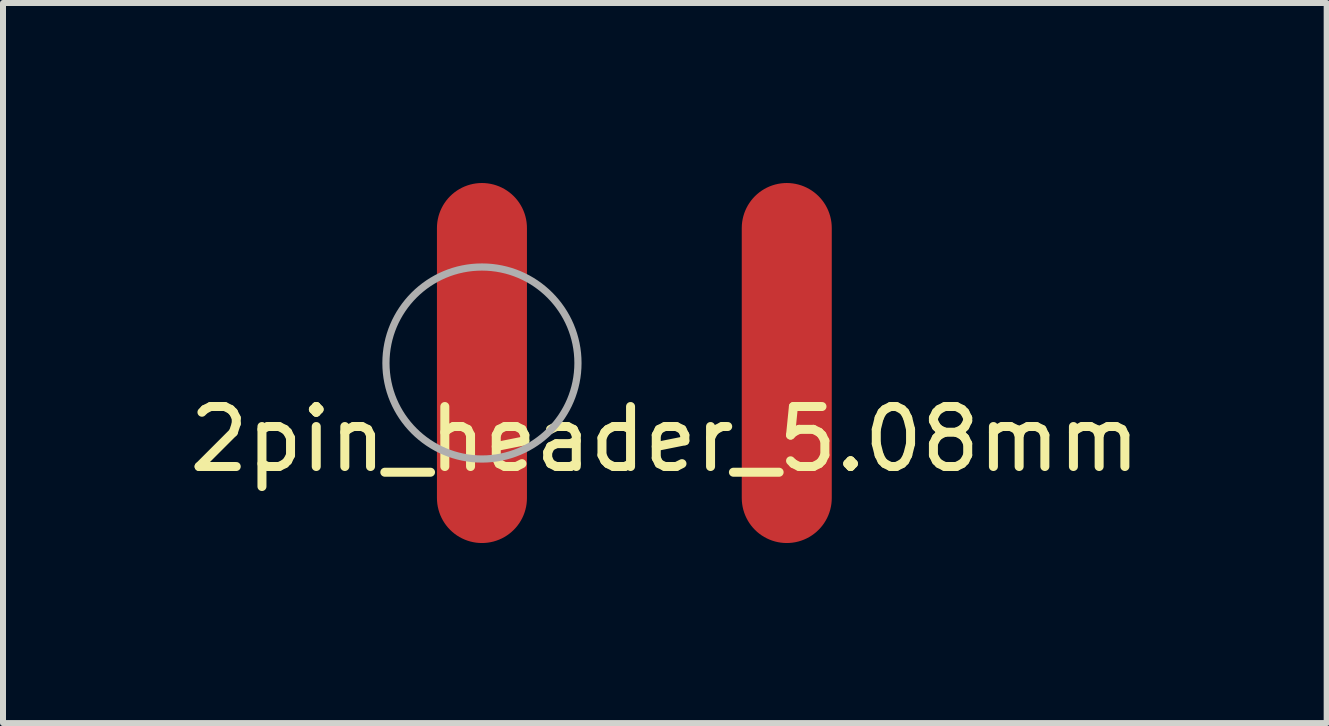
<source format=kicad_pcb>
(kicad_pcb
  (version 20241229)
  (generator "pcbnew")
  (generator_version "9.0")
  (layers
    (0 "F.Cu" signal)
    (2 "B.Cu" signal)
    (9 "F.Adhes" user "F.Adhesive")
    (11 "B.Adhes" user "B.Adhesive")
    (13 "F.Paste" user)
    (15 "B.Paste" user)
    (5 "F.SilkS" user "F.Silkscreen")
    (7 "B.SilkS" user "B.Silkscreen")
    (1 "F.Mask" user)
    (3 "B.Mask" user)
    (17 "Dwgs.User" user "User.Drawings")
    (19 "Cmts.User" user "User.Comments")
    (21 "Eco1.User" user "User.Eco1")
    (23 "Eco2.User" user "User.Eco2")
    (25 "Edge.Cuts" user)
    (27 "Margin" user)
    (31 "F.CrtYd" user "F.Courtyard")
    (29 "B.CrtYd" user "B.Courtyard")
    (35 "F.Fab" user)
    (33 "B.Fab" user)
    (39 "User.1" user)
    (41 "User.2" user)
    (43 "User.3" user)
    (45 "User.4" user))
  (footprint "2pin_header_5.08mm"
    (layer "F.Cu")
    (at 7.522 3)
    (property "Reference" "2pin_header_5.08mm" (at 0.508 1.27 0) (layer "F.SilkS") (effects (font (size 1 1) (thickness 0.15))))
    (attr through_hole)
    (fp_circle (center -2.54 0) (end -0.94 0) (stroke (width 0.12) (type solid)) (fill no) (layer "F.Fab"))
    (pad "1" smd oval (at -2.54 0) (size 1.5 6) (layers "F.Cu" "F.Mask" "F.Paste"))
    (pad "2" smd oval (at 2.54 0) (size 1.5 6) (layers "F.Cu" "F.Mask" "F.Paste")))
  (gr_rect
    (start -3 -3)
    (end 19.06 9)
    (stroke (width 0.1) (type default))
    (fill no)
    (layer "Edge.Cuts")))
</source>
